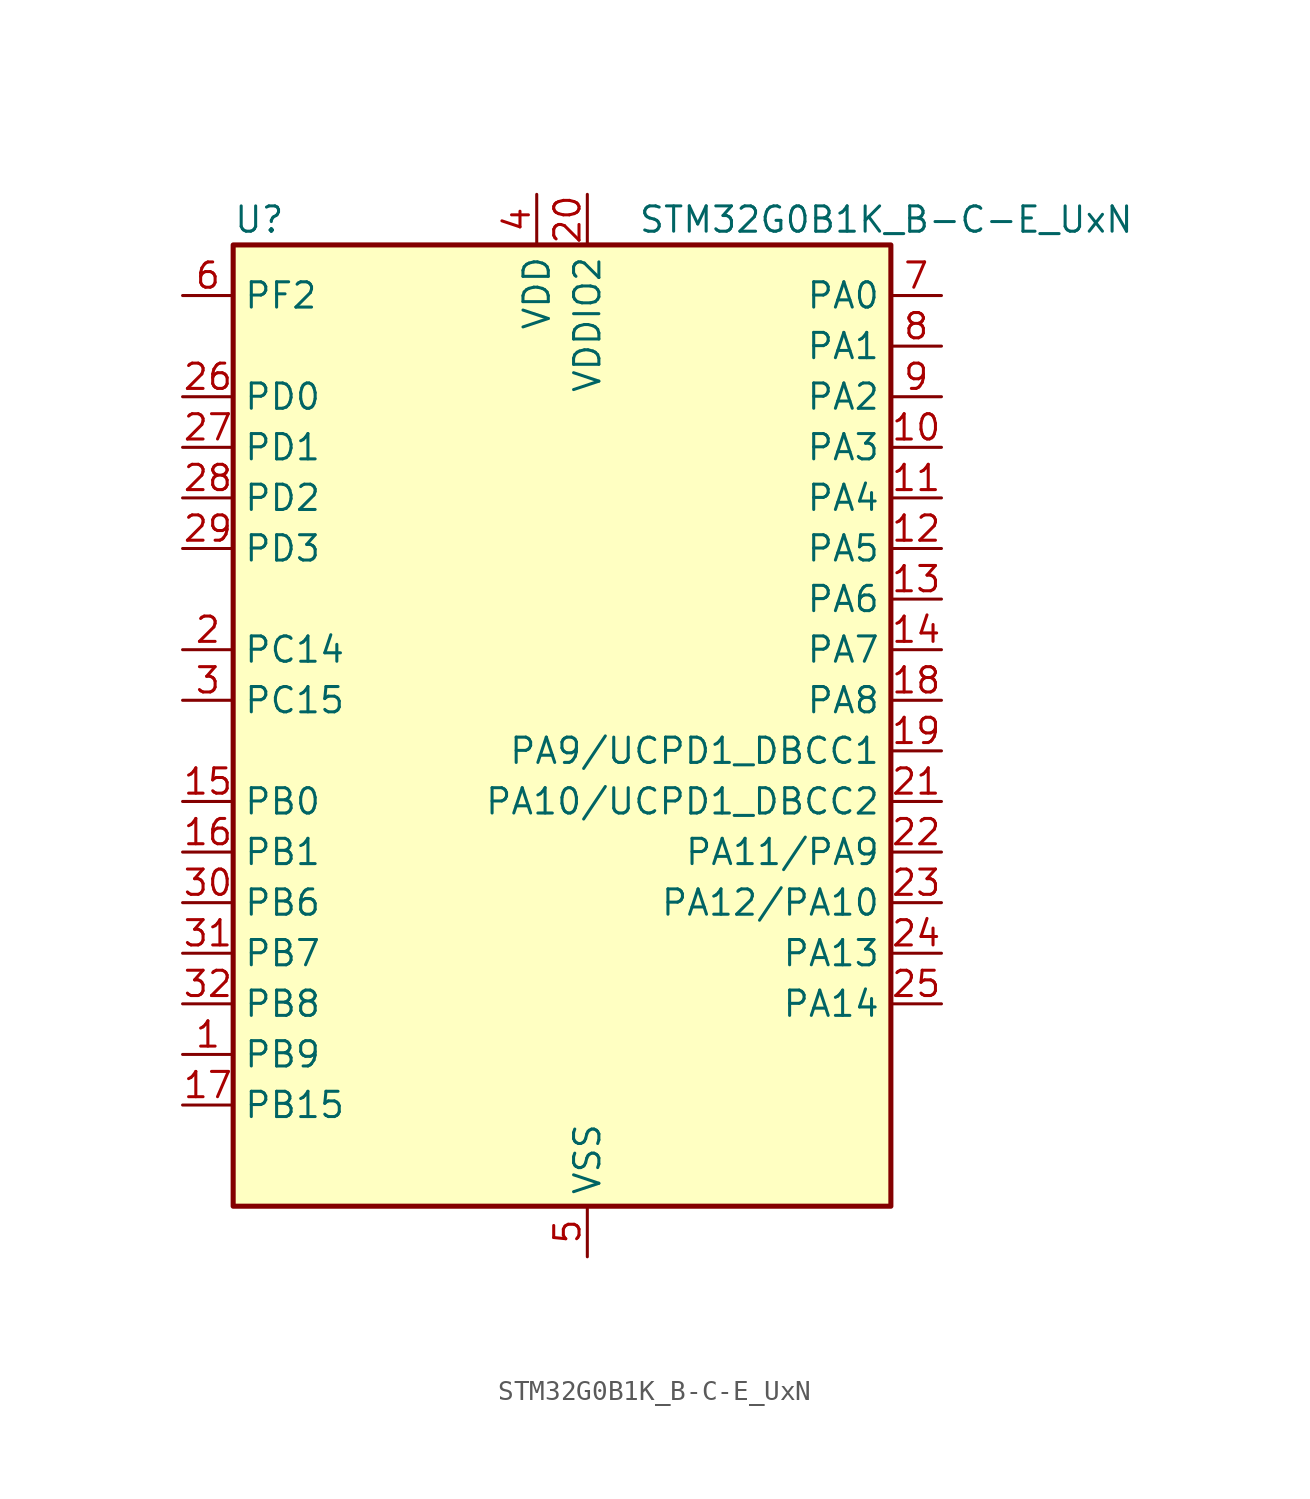
<source format=kicad_sym>
(kicad_symbol_lib
  (version 20220914)
  (generator kicad_symbol_editor)
  (symbol "STM32G0B1K_B-C-E_UxN"
    (property "Reference" "U"
      (at -15.24 26.67 0)
      (effects (font (size 1.27 1.27)) (justify left)))
    (property "Value" "STM32G0B1K_B-C-E_UxN"
      (at 5.08 26.67 0)
      (effects (font (size 1.27 1.27)) (justify left)))
    (property "ki_locked" ""
      (at 0 0 0)
      (effects (font (size 1.27 1.27))))
    (symbol "STM32G0B1K_B-C-E_UxN_0_1"
      (rectangle (start -15.24 -22.86) (end 17.78 25.4) (stroke (width 0.254) (type default)) (fill (type background))))
    (symbol "STM32G0B1K_B-C-E_UxN_1_1"
      (pin bidirectional line (at -17.78 -15.24 0) (length 2.54) (name "PB9" (effects (font (size 1.27 1.27)))) (number "1" (effects (font (size 1.27 1.27)))) (alternate "DAC1_EXTI9" bidirectional line) (alternate "FDCAN1_TX" bidirectional line) (alternate "I2C1_SDA" bidirectional line) (alternate "I2S2_WS" bidirectional line) (alternate "IR_OUT" bidirectional line) (alternate "SPI2_NSS" bidirectional line) (alternate "TIM17_CH1" bidirectional line) (alternate "TIM4_CH4" bidirectional line) (alternate "UCPD2_FRSTX1" bidirectional line) (alternate "UCPD2_FRSTX2" bidirectional line) (alternate "USART3_RX" bidirectional line) (alternate "USART6_RX" bidirectional line))
      (pin bidirectional line (at 20.32 15.24 180) (length 2.54) (name "PA3" (effects (font (size 1.27 1.27)))) (number "10" (effects (font (size 1.27 1.27)))) (alternate "ADC1_IN3" bidirectional line) (alternate "COMP2_INP" bidirectional line) (alternate "I2S2_MCK" bidirectional line) (alternate "LPUART1_RX" bidirectional line) (alternate "SPI2_MISO" bidirectional line) (alternate "TIM15_CH2" bidirectional line) (alternate "TIM2_CH4" bidirectional line) (alternate "UCPD2_FRSTX1" bidirectional line) (alternate "UCPD2_FRSTX2" bidirectional line) (alternate "USART2_RX" bidirectional line))
      (pin bidirectional line (at 20.32 12.7 180) (length 2.54) (name "PA4" (effects (font (size 1.27 1.27)))) (number "11" (effects (font (size 1.27 1.27)))) (alternate "ADC1_IN4" bidirectional line) (alternate "DAC1_OUT1" bidirectional line) (alternate "I2S1_WS" bidirectional line) (alternate "I2S2_SD" bidirectional line) (alternate "LPTIM2_OUT" bidirectional line) (alternate "RTC_OUT1" bidirectional line) (alternate "RTC_TAMP_IN1" bidirectional line) (alternate "RTC_TS" bidirectional line) (alternate "SPI1_NSS" bidirectional line) (alternate "SPI2_MOSI" bidirectional line) (alternate "SYS_WKUP2" bidirectional line) (alternate "TIM14_CH1" bidirectional line) (alternate "UCPD2_FRSTX1" bidirectional line) (alternate "UCPD2_FRSTX2" bidirectional line) (alternate "USART6_TX" bidirectional line) (alternate "USB_NOE" bidirectional line))
      (pin bidirectional line (at 20.32 10.16 180) (length 2.54) (name "PA5" (effects (font (size 1.27 1.27)))) (number "12" (effects (font (size 1.27 1.27)))) (alternate "ADC1_IN5" bidirectional line) (alternate "CEC" bidirectional line) (alternate "DAC1_OUT2" bidirectional line) (alternate "I2S1_CK" bidirectional line) (alternate "LPTIM2_ETR" bidirectional line) (alternate "SPI1_SCK" bidirectional line) (alternate "TIM2_CH1" bidirectional line) (alternate "TIM2_ETR" bidirectional line) (alternate "UCPD1_FRSTX1" bidirectional line) (alternate "UCPD1_FRSTX2" bidirectional line) (alternate "USART3_TX" bidirectional line) (alternate "USART6_RX" bidirectional line))
      (pin bidirectional line (at 20.32 7.62 180) (length 2.54) (name "PA6" (effects (font (size 1.27 1.27)))) (number "13" (effects (font (size 1.27 1.27)))) (alternate "ADC1_IN6" bidirectional line) (alternate "COMP1_OUT" bidirectional line) (alternate "I2C2_SDA" bidirectional line) (alternate "I2C3_SDA" bidirectional line) (alternate "I2S1_MCK" bidirectional line) (alternate "LPUART1_CTS" bidirectional line) (alternate "SPI1_MISO" bidirectional line) (alternate "TIM16_CH1" bidirectional line) (alternate "TIM1_BK" bidirectional line) (alternate "TIM3_CH1" bidirectional line) (alternate "USART3_CTS" bidirectional line) (alternate "USART3_NSS" bidirectional line) (alternate "USART6_CTS" bidirectional line) (alternate "USART6_NSS" bidirectional line))
      (pin bidirectional line (at 20.32 5.08 180) (length 2.54) (name "PA7" (effects (font (size 1.27 1.27)))) (number "14" (effects (font (size 1.27 1.27)))) (alternate "ADC1_IN7" bidirectional line) (alternate "COMP2_OUT" bidirectional line) (alternate "I2C2_SCL" bidirectional line) (alternate "I2C3_SCL" bidirectional line) (alternate "I2S1_SD" bidirectional line) (alternate "SPI1_MOSI" bidirectional line) (alternate "TIM14_CH1" bidirectional line) (alternate "TIM17_CH1" bidirectional line) (alternate "TIM1_CH1N" bidirectional line) (alternate "TIM3_CH2" bidirectional line) (alternate "UCPD1_FRSTX1" bidirectional line) (alternate "UCPD1_FRSTX2" bidirectional line) (alternate "USART6_CK" bidirectional line) (alternate "USART6_DE" bidirectional line) (alternate "USART6_RTS" bidirectional line))
      (pin bidirectional line (at -17.78 -2.54 0) (length 2.54) (name "PB0" (effects (font (size 1.27 1.27)))) (number "15" (effects (font (size 1.27 1.27)))) (alternate "ADC1_IN8" bidirectional line) (alternate "COMP1_OUT" bidirectional line) (alternate "COMP3_INP" bidirectional line) (alternate "FDCAN2_RX" bidirectional line) (alternate "I2S1_WS" bidirectional line) (alternate "LPTIM1_OUT" bidirectional line) (alternate "LPUART2_CTS" bidirectional line) (alternate "SPI1_NSS" bidirectional line) (alternate "TIM1_CH2N" bidirectional line) (alternate "TIM3_CH3" bidirectional line) (alternate "UCPD1_FRSTX1" bidirectional line) (alternate "UCPD1_FRSTX2" bidirectional line) (alternate "USART3_RX" bidirectional line) (alternate "USART5_TX" bidirectional line))
      (pin bidirectional line (at -17.78 -5.08 0) (length 2.54) (name "PB1" (effects (font (size 1.27 1.27)))) (number "16" (effects (font (size 1.27 1.27)))) (alternate "ADC1_IN9" bidirectional line) (alternate "COMP1_INM" bidirectional line) (alternate "COMP3_OUT" bidirectional line) (alternate "FDCAN2_TX" bidirectional line) (alternate "LPTIM2_IN1" bidirectional line) (alternate "LPUART1_DE" bidirectional line) (alternate "LPUART1_RTS" bidirectional line) (alternate "LPUART2_DE" bidirectional line) (alternate "LPUART2_RTS" bidirectional line) (alternate "TIM14_CH1" bidirectional line) (alternate "TIM1_CH3N" bidirectional line) (alternate "TIM3_CH4" bidirectional line) (alternate "USART3_CK" bidirectional line) (alternate "USART3_DE" bidirectional line) (alternate "USART3_RTS" bidirectional line) (alternate "USART5_RX" bidirectional line))
      (pin bidirectional line (at -17.78 -17.78 0) (length 2.54) (name "PB15" (effects (font (size 1.27 1.27)))) (number "17" (effects (font (size 1.27 1.27)))) (alternate "I2S2_SD" bidirectional line) (alternate "RTC_REFIN" bidirectional line) (alternate "SPI2_MOSI" bidirectional line) (alternate "TIM15_CH1N" bidirectional line) (alternate "TIM15_CH2" bidirectional line) (alternate "TIM1_CH3N" bidirectional line) (alternate "UCPD1_CC2" bidirectional line) (alternate "USART6_CTS" bidirectional line) (alternate "USART6_NSS" bidirectional line))
      (pin bidirectional line (at 20.32 2.54 180) (length 2.54) (name "PA8" (effects (font (size 1.27 1.27)))) (number "18" (effects (font (size 1.27 1.27)))) (alternate "CRS1_SYNC" bidirectional line) (alternate "I2C2_SMBA" bidirectional line) (alternate "I2S2_WS" bidirectional line) (alternate "LPTIM2_OUT" bidirectional line) (alternate "RCC_MCO" bidirectional line) (alternate "SPI2_NSS" bidirectional line) (alternate "TIM1_CH1" bidirectional line) (alternate "UCPD1_CC1" bidirectional line))
      (pin bidirectional line (at 20.32 0 180) (length 2.54) (name "PA9/UCPD1_DBCC1" (effects (font (size 1.27 1.27)))) (number "19" (effects (font (size 1.27 1.27)))) (alternate "DAC1_EXTI9" bidirectional line) (alternate "I2C1_SCL" bidirectional line) (alternate "I2C2_SCL" bidirectional line) (alternate "I2S2_MCK" bidirectional line) (alternate "RCC_MCO" bidirectional line) (alternate "SPI2_MISO" bidirectional line) (alternate "TIM15_BK" bidirectional line) (alternate "TIM1_CH2" bidirectional line) (alternate "UCPD1_DBCC1" bidirectional line) (alternate "USART1_TX" bidirectional line))
      (pin bidirectional line (at -17.78 5.08 0) (length 2.54) (name "PC14" (effects (font (size 1.27 1.27)))) (number "2" (effects (font (size 1.27 1.27)))) (alternate "RCC_OSC32_IN" bidirectional line) (alternate "RCC_OSC_IN" bidirectional line) (alternate "TIM1_BK2" bidirectional line))
      (pin power_in line (at 2.54 27.94 270) (length 2.54) (name "VDDIO2" (effects (font (size 1.27 1.27)))) (number "20" (effects (font (size 1.27 1.27)))))
      (pin bidirectional line (at 20.32 -2.54 180) (length 2.54) (name "PA10/UCPD1_DBCC2" (effects (font (size 1.27 1.27)))) (number "21" (effects (font (size 1.27 1.27)))) (alternate "I2C1_SDA" bidirectional line) (alternate "I2C2_SDA" bidirectional line) (alternate "I2S2_SD" bidirectional line) (alternate "RCC_MCO_2" bidirectional line) (alternate "SPI2_MOSI" bidirectional line) (alternate "TIM17_BK" bidirectional line) (alternate "TIM1_CH3" bidirectional line) (alternate "UCPD1_DBCC2" bidirectional line) (alternate "USART1_RX" bidirectional line))
      (pin bidirectional line (at 20.32 -5.08 180) (length 2.54) (name "PA11/PA9" (effects (font (size 1.27 1.27)))) (number "22" (effects (font (size 1.27 1.27)))) (alternate "ADC1_EXTI11" bidirectional line) (alternate "COMP1_OUT" bidirectional line) (alternate "FDCAN1_RX" bidirectional line) (alternate "I2C2_SCL" bidirectional line) (alternate "I2S1_MCK" bidirectional line) (alternate "SPI1_MISO" bidirectional line) (alternate "TIM1_BK2" bidirectional line) (alternate "TIM1_CH4" bidirectional line) (alternate "USART1_CTS" bidirectional line) (alternate "USART1_NSS" bidirectional line) (alternate "USB_DM" bidirectional line))
      (pin bidirectional line (at 20.32 -7.62 180) (length 2.54) (name "PA12/PA10" (effects (font (size 1.27 1.27)))) (number "23" (effects (font (size 1.27 1.27)))) (alternate "COMP2_OUT" bidirectional line) (alternate "FDCAN1_TX" bidirectional line) (alternate "I2C2_SDA" bidirectional line) (alternate "I2S1_SD" bidirectional line) (alternate "I2S_CKIN" bidirectional line) (alternate "SPI1_MOSI" bidirectional line) (alternate "TIM1_ETR" bidirectional line) (alternate "USART1_CK" bidirectional line) (alternate "USART1_DE" bidirectional line) (alternate "USART1_RTS" bidirectional line) (alternate "USB_DP" bidirectional line))
      (pin bidirectional line (at 20.32 -10.16 180) (length 2.54) (name "PA13" (effects (font (size 1.27 1.27)))) (number "24" (effects (font (size 1.27 1.27)))) (alternate "IR_OUT" bidirectional line) (alternate "LPUART2_RX" bidirectional line) (alternate "SYS_SWDIO" bidirectional line) (alternate "USB_NOE" bidirectional line))
      (pin bidirectional line (at 20.32 -12.7 180) (length 2.54) (name "PA14" (effects (font (size 1.27 1.27)))) (number "25" (effects (font (size 1.27 1.27)))) (alternate "LPUART2_TX" bidirectional line) (alternate "SYS_SWCLK" bidirectional line) (alternate "USART2_TX" bidirectional line))
      (pin bidirectional line (at -17.78 17.78 0) (length 2.54) (name "PD0" (effects (font (size 1.27 1.27)))) (number "26" (effects (font (size 1.27 1.27)))) (alternate "FDCAN1_RX" bidirectional line) (alternate "I2S2_WS" bidirectional line) (alternate "SPI2_NSS" bidirectional line) (alternate "TIM16_CH1" bidirectional line) (alternate "UCPD2_CC1" bidirectional line))
      (pin bidirectional line (at -17.78 15.24 0) (length 2.54) (name "PD1" (effects (font (size 1.27 1.27)))) (number "27" (effects (font (size 1.27 1.27)))) (alternate "FDCAN1_TX" bidirectional line) (alternate "I2S2_CK" bidirectional line) (alternate "SPI2_SCK" bidirectional line) (alternate "TIM17_CH1" bidirectional line) (alternate "UCPD2_DBCC1" bidirectional line))
      (pin bidirectional line (at -17.78 12.7 0) (length 2.54) (name "PD2" (effects (font (size 1.27 1.27)))) (number "28" (effects (font (size 1.27 1.27)))) (alternate "TIM1_CH1N" bidirectional line) (alternate "TIM3_ETR" bidirectional line) (alternate "UCPD2_CC2" bidirectional line) (alternate "USART3_CK" bidirectional line) (alternate "USART3_DE" bidirectional line) (alternate "USART3_RTS" bidirectional line) (alternate "USART5_RX" bidirectional line))
      (pin bidirectional line (at -17.78 10.16 0) (length 2.54) (name "PD3" (effects (font (size 1.27 1.27)))) (number "29" (effects (font (size 1.27 1.27)))) (alternate "I2S2_MCK" bidirectional line) (alternate "SPI2_MISO" bidirectional line) (alternate "TIM1_CH2N" bidirectional line) (alternate "UCPD2_DBCC2" bidirectional line) (alternate "USART2_CTS" bidirectional line) (alternate "USART2_NSS" bidirectional line) (alternate "USART5_TX" bidirectional line))
      (pin bidirectional line (at -17.78 2.54 0) (length 2.54) (name "PC15" (effects (font (size 1.27 1.27)))) (number "3" (effects (font (size 1.27 1.27)))) (alternate "RCC_OSC32_EN" bidirectional line) (alternate "RCC_OSC32_OUT" bidirectional line) (alternate "RCC_OSC_EN" bidirectional line) (alternate "TIM15_BK" bidirectional line))
      (pin bidirectional line (at -17.78 -7.62 0) (length 2.54) (name "PB6" (effects (font (size 1.27 1.27)))) (number "30" (effects (font (size 1.27 1.27)))) (alternate "COMP2_INP" bidirectional line) (alternate "FDCAN2_TX" bidirectional line) (alternate "I2C1_SCL" bidirectional line) (alternate "I2S2_MCK" bidirectional line) (alternate "LPTIM1_ETR" bidirectional line) (alternate "LPUART2_TX" bidirectional line) (alternate "SPI2_MISO" bidirectional line) (alternate "TIM16_CH1N" bidirectional line) (alternate "TIM1_CH3" bidirectional line) (alternate "TIM4_CH1" bidirectional line) (alternate "USART1_TX" bidirectional line) (alternate "USART5_CTS" bidirectional line) (alternate "USART5_NSS" bidirectional line))
      (pin bidirectional line (at -17.78 -10.16 0) (length 2.54) (name "PB7" (effects (font (size 1.27 1.27)))) (number "31" (effects (font (size 1.27 1.27)))) (alternate "COMP2_INM" bidirectional line) (alternate "I2C1_SDA" bidirectional line) (alternate "I2S2_SD" bidirectional line) (alternate "LPTIM1_IN2" bidirectional line) (alternate "LPUART2_RX" bidirectional line) (alternate "SPI2_MOSI" bidirectional line) (alternate "SYS_PVD_IN" bidirectional line) (alternate "TIM17_CH1N" bidirectional line) (alternate "TIM4_CH2" bidirectional line) (alternate "USART1_RX" bidirectional line) (alternate "USART4_CTS" bidirectional line) (alternate "USART4_NSS" bidirectional line))
      (pin bidirectional line (at -17.78 -12.7 0) (length 2.54) (name "PB8" (effects (font (size 1.27 1.27)))) (number "32" (effects (font (size 1.27 1.27)))) (alternate "CEC" bidirectional line) (alternate "FDCAN1_RX" bidirectional line) (alternate "I2C1_SCL" bidirectional line) (alternate "I2S2_CK" bidirectional line) (alternate "SPI2_SCK" bidirectional line) (alternate "TIM15_BK" bidirectional line) (alternate "TIM16_CH1" bidirectional line) (alternate "TIM4_CH3" bidirectional line) (alternate "USART3_TX" bidirectional line) (alternate "USART6_TX" bidirectional line))
      (pin passive line (at 2.54 -25.4 90) (length 2.54) hide (name "VSS" (effects (font (size 1.27 1.27)))) (number "33" (effects (font (size 1.27 1.27)))))
      (pin power_in line (at 0 27.94 270) (length 2.54) (name "VDD" (effects (font (size 1.27 1.27)))) (number "4" (effects (font (size 1.27 1.27)))))
      (pin power_in line (at 2.54 -25.4 90) (length 2.54) (name "VSS" (effects (font (size 1.27 1.27)))) (number "5" (effects (font (size 1.27 1.27)))))
      (pin bidirectional line (at -17.78 22.86 0) (length 2.54) (name "PF2" (effects (font (size 1.27 1.27)))) (number "6" (effects (font (size 1.27 1.27)))) (alternate "LPUART2_DE" bidirectional line) (alternate "LPUART2_RTS" bidirectional line) (alternate "LPUART2_TX" bidirectional line) (alternate "RCC_MCO" bidirectional line))
      (pin bidirectional line (at 20.32 22.86 180) (length 2.54) (name "PA0" (effects (font (size 1.27 1.27)))) (number "7" (effects (font (size 1.27 1.27)))) (alternate "ADC1_IN0" bidirectional line) (alternate "COMP1_INM" bidirectional line) (alternate "COMP1_OUT" bidirectional line) (alternate "I2S2_CK" bidirectional line) (alternate "LPTIM1_OUT" bidirectional line) (alternate "RTC_TAMP_IN2" bidirectional line) (alternate "SPI2_SCK" bidirectional line) (alternate "SYS_WKUP1" bidirectional line) (alternate "TIM2_CH1" bidirectional line) (alternate "TIM2_ETR" bidirectional line) (alternate "UCPD2_FRSTX1" bidirectional line) (alternate "UCPD2_FRSTX2" bidirectional line) (alternate "USART2_CTS" bidirectional line) (alternate "USART2_NSS" bidirectional line) (alternate "USART4_TX" bidirectional line))
      (pin bidirectional line (at 20.32 20.32 180) (length 2.54) (name "PA1" (effects (font (size 1.27 1.27)))) (number "8" (effects (font (size 1.27 1.27)))) (alternate "ADC1_IN1" bidirectional line) (alternate "COMP1_INP" bidirectional line) (alternate "I2C1_SMBA" bidirectional line) (alternate "I2S1_CK" bidirectional line) (alternate "SPI1_SCK" bidirectional line) (alternate "TIM15_CH1N" bidirectional line) (alternate "TIM2_CH2" bidirectional line) (alternate "USART2_CK" bidirectional line) (alternate "USART2_DE" bidirectional line) (alternate "USART2_RTS" bidirectional line) (alternate "USART4_RX" bidirectional line))
      (pin bidirectional line (at 20.32 17.78 180) (length 2.54) (name "PA2" (effects (font (size 1.27 1.27)))) (number "9" (effects (font (size 1.27 1.27)))) (alternate "ADC1_IN2" bidirectional line) (alternate "COMP2_INM" bidirectional line) (alternate "COMP2_OUT" bidirectional line) (alternate "I2S1_SD" bidirectional line) (alternate "LPUART1_TX" bidirectional line) (alternate "RCC_LSCO" bidirectional line) (alternate "SPI1_MOSI" bidirectional line) (alternate "SYS_WKUP4" bidirectional line) (alternate "TIM15_CH1" bidirectional line) (alternate "TIM2_CH3" bidirectional line) (alternate "UCPD1_FRSTX1" bidirectional line) (alternate "UCPD1_FRSTX2" bidirectional line) (alternate "USART2_TX" bidirectional line)))))
</source>
